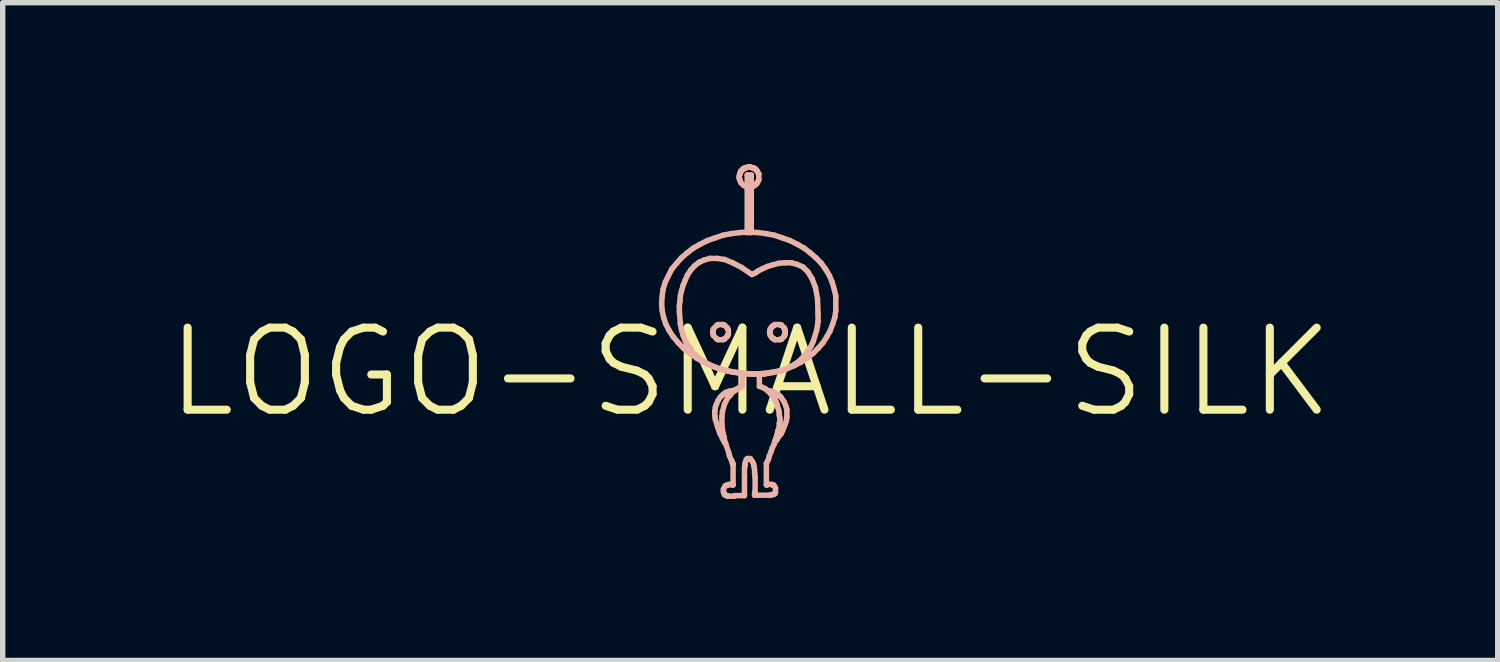
<source format=kicad_pcb>
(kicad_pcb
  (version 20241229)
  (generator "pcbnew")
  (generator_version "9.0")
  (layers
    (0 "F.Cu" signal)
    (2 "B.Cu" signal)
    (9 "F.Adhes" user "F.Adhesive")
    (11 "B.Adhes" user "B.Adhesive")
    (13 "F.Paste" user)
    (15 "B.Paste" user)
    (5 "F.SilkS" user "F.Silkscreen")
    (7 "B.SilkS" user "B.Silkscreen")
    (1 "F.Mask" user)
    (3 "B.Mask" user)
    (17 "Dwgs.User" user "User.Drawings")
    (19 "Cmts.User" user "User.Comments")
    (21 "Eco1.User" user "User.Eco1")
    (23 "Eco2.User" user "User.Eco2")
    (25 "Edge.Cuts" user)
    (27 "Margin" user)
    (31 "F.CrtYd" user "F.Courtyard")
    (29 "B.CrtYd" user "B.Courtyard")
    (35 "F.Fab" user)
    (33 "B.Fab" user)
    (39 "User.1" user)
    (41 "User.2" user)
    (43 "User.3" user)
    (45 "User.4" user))
  (footprint "LOGO-SMALL-SILK"
    (layer "F.Cu")
    (at 10.886 3.863)
    (property "Reference" "LOGO-SMALL-SILK" (at 0 0 0) (layer "F.SilkS") (effects (font (size 1.524 1.524) (thickness 0.15))))
    (attr exclude_from_pos_files exclude_from_bom)
    (fp_line (start -1.646 -1.283) (end -1.636 -1.412) (stroke (width 0.102) (type solid)) (layer "B.SilkS"))
    (fp_line (start -1.636 -1.412) (end -1.618 -1.542) (stroke (width 0.102) (type solid)) (layer "B.SilkS"))
    (fp_line (start -1.636 -1.143) (end -1.646 -1.283) (stroke (width 0.102) (type solid)) (layer "B.SilkS"))
    (fp_line (start -1.618 -1.542) (end -1.577 -1.674) (stroke (width 0.102) (type solid)) (layer "B.SilkS"))
    (fp_line (start -1.608 -1.013) (end -1.636 -1.143) (stroke (width 0.102) (type solid)) (layer "B.SilkS"))
    (fp_line (start -1.577 -1.674) (end -1.458 -1.913) (stroke (width 0.102) (type solid)) (layer "B.SilkS"))
    (fp_line (start -1.567 -0.892) (end -1.608 -1.013) (stroke (width 0.102) (type solid)) (layer "B.SilkS"))
    (fp_line (start -1.506 -0.772) (end -1.567 -0.892) (stroke (width 0.102) (type solid)) (layer "B.SilkS"))
    (fp_line (start -1.458 -1.913) (end -1.367 -2.022) (stroke (width 0.102) (type solid)) (layer "B.SilkS"))
    (fp_line (start -1.427 -0.653) (end -1.506 -0.772) (stroke (width 0.102) (type solid)) (layer "B.SilkS"))
    (fp_line (start -1.367 -2.022) (end -1.278 -2.123) (stroke (width 0.102) (type solid)) (layer "B.SilkS"))
    (fp_line (start -1.336 -0.544) (end -1.427 -0.653) (stroke (width 0.102) (type solid)) (layer "B.SilkS"))
    (fp_line (start -1.316 -1.232) (end -1.306 -1.313) (stroke (width 0.102) (type solid)) (layer "B.SilkS"))
    (fp_line (start -1.316 -1.123) (end -1.316 -1.232) (stroke (width 0.102) (type solid)) (layer "B.SilkS"))
    (fp_line (start -1.306 -1.313) (end -1.298 -1.412) (stroke (width 0.102) (type solid)) (layer "B.SilkS"))
    (fp_line (start -1.298 -1.412) (end -1.278 -1.504) (stroke (width 0.102) (type solid)) (layer "B.SilkS"))
    (fp_line (start -1.298 -0.902) (end -1.316 -1.123) (stroke (width 0.102) (type solid)) (layer "B.SilkS"))
    (fp_line (start -1.278 -2.123) (end -1.176 -2.212) (stroke (width 0.102) (type solid)) (layer "B.SilkS"))
    (fp_line (start -1.278 -1.504) (end -1.247 -1.613) (stroke (width 0.102) (type solid)) (layer "B.SilkS"))
    (fp_line (start -1.278 -0.792) (end -1.298 -0.902) (stroke (width 0.102) (type solid)) (layer "B.SilkS"))
    (fp_line (start -1.247 -1.613) (end -1.206 -1.712) (stroke (width 0.102) (type solid)) (layer "B.SilkS"))
    (fp_line (start -1.247 -0.683) (end -1.278 -0.792) (stroke (width 0.102) (type solid)) (layer "B.SilkS"))
    (fp_line (start -1.237 -0.442) (end -1.336 -0.544) (stroke (width 0.102) (type solid)) (layer "B.SilkS"))
    (fp_line (start -1.206 -1.712) (end -1.166 -1.803) (stroke (width 0.102) (type solid)) (layer "B.SilkS"))
    (fp_line (start -1.206 -0.582) (end -1.247 -0.683) (stroke (width 0.102) (type solid)) (layer "B.SilkS"))
    (fp_line (start -1.176 -2.212) (end -1.057 -2.304) (stroke (width 0.102) (type solid)) (layer "B.SilkS"))
    (fp_line (start -1.166 -1.803) (end -1.107 -1.892) (stroke (width 0.102) (type solid)) (layer "B.SilkS"))
    (fp_line (start -1.128 -0.353) (end -1.237 -0.442) (stroke (width 0.102) (type solid)) (layer "B.SilkS"))
    (fp_line (start -1.107 -1.892) (end -1.036 -1.974) (stroke (width 0.102) (type solid)) (layer "B.SilkS"))
    (fp_line (start -1.087 -0.384) (end -1.206 -0.582) (stroke (width 0.102) (type solid)) (layer "B.SilkS"))
    (fp_line (start -1.057 -2.304) (end -0.937 -2.372) (stroke (width 0.102) (type solid)) (layer "B.SilkS"))
    (fp_line (start -1.036 -1.974) (end -0.947 -2.042) (stroke (width 0.102) (type solid)) (layer "B.SilkS"))
    (fp_line (start -0.996 -0.262) (end -1.128 -0.353) (stroke (width 0.102) (type solid)) (layer "B.SilkS"))
    (fp_line (start -0.947 -2.042) (end -0.856 -2.083) (stroke (width 0.102) (type solid)) (layer "B.SilkS"))
    (fp_line (start -0.937 -2.372) (end -0.798 -2.443) (stroke (width 0.102) (type solid)) (layer "B.SilkS"))
    (fp_line (start -0.907 -0.224) (end -1.087 -0.384) (stroke (width 0.102) (type solid)) (layer "B.SilkS"))
    (fp_line (start -0.866 -0.183) (end -0.996 -0.262) (stroke (width 0.102) (type solid)) (layer "B.SilkS"))
    (fp_line (start -0.856 -2.083) (end -0.747 -2.113) (stroke (width 0.102) (type solid)) (layer "B.SilkS"))
    (fp_line (start -0.798 -2.443) (end -0.658 -2.492) (stroke (width 0.102) (type solid)) (layer "B.SilkS"))
    (fp_line (start -0.787 -0.152) (end -0.907 -0.224) (stroke (width 0.102) (type solid)) (layer "B.SilkS"))
    (fp_line (start -0.747 -2.113) (end -0.617 -2.113) (stroke (width 0.102) (type solid)) (layer "B.SilkS"))
    (fp_line (start -0.726 -0.122) (end -0.866 -0.183) (stroke (width 0.102) (type solid)) (layer "B.SilkS"))
    (fp_line (start -0.696 -0.752) (end -0.686 -0.772) (stroke (width 0.102) (type solid)) (layer "B.SilkS"))
    (fp_line (start -0.696 -0.724) (end -0.696 -0.752) (stroke (width 0.102) (type solid)) (layer "B.SilkS"))
    (fp_line (start -0.686 -0.803) (end -0.617 -0.874) (stroke (width 0.102) (type solid)) (layer "B.SilkS"))
    (fp_line (start -0.686 -0.772) (end -0.686 -0.803) (stroke (width 0.102) (type solid)) (layer "B.SilkS"))
    (fp_line (start -0.686 -0.714) (end -0.696 -0.724) (stroke (width 0.102) (type solid)) (layer "B.SilkS"))
    (fp_line (start -0.686 -0.683) (end -0.686 -0.714) (stroke (width 0.102) (type solid)) (layer "B.SilkS"))
    (fp_line (start -0.658 -2.492) (end -0.508 -2.543) (stroke (width 0.102) (type solid)) (layer "B.SilkS"))
    (fp_line (start -0.658 -0.094) (end -0.787 -0.152) (stroke (width 0.102) (type solid)) (layer "B.SilkS"))
    (fp_line (start -0.658 0.724) (end -0.648 0.655) (stroke (width 0.102) (type solid)) (layer "B.SilkS"))
    (fp_line (start -0.658 0.805) (end -0.658 0.724) (stroke (width 0.102) (type solid)) (layer "B.SilkS"))
    (fp_line (start -0.648 0.655) (end -0.627 0.594) (stroke (width 0.102) (type solid)) (layer "B.SilkS"))
    (fp_line (start -0.648 0.874) (end -0.658 0.805) (stroke (width 0.102) (type solid)) (layer "B.SilkS"))
    (fp_line (start -0.627 0.594) (end -0.597 0.526) (stroke (width 0.102) (type solid)) (layer "B.SilkS"))
    (fp_line (start -0.617 -2.113) (end -0.478 -2.093) (stroke (width 0.102) (type solid)) (layer "B.SilkS"))
    (fp_line (start -0.617 -0.874) (end -0.607 -0.874) (stroke (width 0.102) (type solid)) (layer "B.SilkS"))
    (fp_line (start -0.617 -0.612) (end -0.686 -0.683) (stroke (width 0.102) (type solid)) (layer "B.SilkS"))
    (fp_line (start -0.607 -0.874) (end -0.597 -0.884) (stroke (width 0.102) (type solid)) (layer "B.SilkS"))
    (fp_line (start -0.607 -0.612) (end -0.617 -0.612) (stroke (width 0.102) (type solid)) (layer "B.SilkS"))
    (fp_line (start -0.607 1.016) (end -0.648 0.874) (stroke (width 0.102) (type solid)) (layer "B.SilkS"))
    (fp_line (start -0.597 -0.884) (end -0.508 -0.884) (stroke (width 0.102) (type solid)) (layer "B.SilkS"))
    (fp_line (start -0.597 -0.602) (end -0.607 -0.612) (stroke (width 0.102) (type solid)) (layer "B.SilkS"))
    (fp_line (start -0.597 0.526) (end -0.556 0.465) (stroke (width 0.102) (type solid)) (layer "B.SilkS"))
    (fp_line (start -0.577 -0.064) (end -0.726 -0.122) (stroke (width 0.102) (type solid)) (layer "B.SilkS"))
    (fp_line (start -0.566 1.135) (end -0.607 1.016) (stroke (width 0.102) (type solid)) (layer "B.SilkS"))
    (fp_line (start -0.556 0.465) (end -0.516 0.424) (stroke (width 0.102) (type solid)) (layer "B.SilkS"))
    (fp_line (start -0.536 1.184) (end -0.566 1.135) (stroke (width 0.102) (type solid)) (layer "B.SilkS"))
    (fp_line (start -0.526 0.826) (end -0.516 0.734) (stroke (width 0.102) (type solid)) (layer "B.SilkS"))
    (fp_line (start -0.526 0.986) (end -0.526 0.826) (stroke (width 0.102) (type solid)) (layer "B.SilkS"))
    (fp_line (start -0.516 0.424) (end -0.488 0.404) (stroke (width 0.102) (type solid)) (layer "B.SilkS"))
    (fp_line (start -0.516 0.734) (end -0.478 0.594) (stroke (width 0.102) (type solid)) (layer "B.SilkS"))
    (fp_line (start -0.516 1.234) (end -0.536 1.184) (stroke (width 0.102) (type solid)) (layer "B.SilkS"))
    (fp_line (start -0.508 -2.543) (end -0.356 -2.573) (stroke (width 0.102) (type solid)) (layer "B.SilkS"))
    (fp_line (start -0.508 -0.884) (end -0.498 -0.874) (stroke (width 0.102) (type solid)) (layer "B.SilkS"))
    (fp_line (start -0.508 -0.602) (end -0.597 -0.602) (stroke (width 0.102) (type solid)) (layer "B.SilkS"))
    (fp_line (start -0.508 -0.043) (end -0.658 -0.094) (stroke (width 0.102) (type solid)) (layer "B.SilkS"))
    (fp_line (start -0.508 1.125) (end -0.526 0.986) (stroke (width 0.102) (type solid)) (layer "B.SilkS"))
    (fp_line (start -0.498 -0.874) (end -0.478 -0.874) (stroke (width 0.102) (type solid)) (layer "B.SilkS"))
    (fp_line (start -0.498 -0.612) (end -0.508 -0.602) (stroke (width 0.102) (type solid)) (layer "B.SilkS"))
    (fp_line (start -0.498 2.174) (end -0.467 2.116) (stroke (width 0.102) (type solid)) (layer "B.SilkS"))
    (fp_line (start -0.498 2.225) (end -0.498 2.174) (stroke (width 0.102) (type solid)) (layer "B.SilkS"))
    (fp_line (start -0.488 0.404) (end -0.457 0.376) (stroke (width 0.102) (type solid)) (layer "B.SilkS"))
    (fp_line (start -0.488 1.194) (end -0.508 1.125) (stroke (width 0.102) (type solid)) (layer "B.SilkS"))
    (fp_line (start -0.488 1.275) (end -0.516 1.234) (stroke (width 0.102) (type solid)) (layer "B.SilkS"))
    (fp_line (start -0.488 2.245) (end -0.498 2.225) (stroke (width 0.102) (type solid)) (layer "B.SilkS"))
    (fp_line (start -0.478 -2.093) (end -0.328 -2.032) (stroke (width 0.102) (type solid)) (layer "B.SilkS"))
    (fp_line (start -0.478 -0.874) (end -0.427 -0.823) (stroke (width 0.102) (type solid)) (layer "B.SilkS"))
    (fp_line (start -0.478 -0.612) (end -0.498 -0.612) (stroke (width 0.102) (type solid)) (layer "B.SilkS"))
    (fp_line (start -0.478 0.594) (end -0.417 0.475) (stroke (width 0.102) (type solid)) (layer "B.SilkS"))
    (fp_line (start -0.478 1.265) (end -0.488 1.194) (stroke (width 0.102) (type solid)) (layer "B.SilkS"))
    (fp_line (start -0.478 1.306) (end -0.488 1.275) (stroke (width 0.102) (type solid)) (layer "B.SilkS"))
    (fp_line (start -0.478 2.256) (end -0.488 2.245) (stroke (width 0.102) (type solid)) (layer "B.SilkS"))
    (fp_line (start -0.478 2.276) (end -0.478 2.256) (stroke (width 0.102) (type solid)) (layer "B.SilkS"))
    (fp_line (start -0.467 2.116) (end -0.457 2.106) (stroke (width 0.102) (type solid)) (layer "B.SilkS"))
    (fp_line (start -0.457 0.376) (end -0.437 0.376) (stroke (width 0.102) (type solid)) (layer "B.SilkS"))
    (fp_line (start -0.457 1.326) (end -0.478 1.265) (stroke (width 0.102) (type solid)) (layer "B.SilkS"))
    (fp_line (start -0.457 1.326) (end -0.478 1.306) (stroke (width 0.102) (type solid)) (layer "B.SilkS"))
    (fp_line (start -0.457 2.106) (end -0.437 2.106) (stroke (width 0.102) (type solid)) (layer "B.SilkS"))
    (fp_line (start -0.457 2.286) (end -0.478 2.276) (stroke (width 0.102) (type solid)) (layer "B.SilkS"))
    (fp_line (start -0.447 2.294) (end -0.457 2.286) (stroke (width 0.102) (type solid)) (layer "B.SilkS"))
    (fp_line (start -0.437 0.376) (end -0.396 0.356) (stroke (width 0.102) (type solid)) (layer "B.SilkS"))
    (fp_line (start -0.437 2.106) (end -0.427 2.095) (stroke (width 0.102) (type solid)) (layer "B.SilkS"))
    (fp_line (start -0.427 -0.823) (end -0.427 -0.813) (stroke (width 0.102) (type solid)) (layer "B.SilkS"))
    (fp_line (start -0.427 -0.813) (end -0.417 -0.803) (stroke (width 0.102) (type solid)) (layer "B.SilkS"))
    (fp_line (start -0.427 -0.673) (end -0.427 -0.663) (stroke (width 0.102) (type solid)) (layer "B.SilkS"))
    (fp_line (start -0.427 -0.663) (end -0.478 -0.612) (stroke (width 0.102) (type solid)) (layer "B.SilkS"))
    (fp_line (start -0.427 2.095) (end -0.406 2.095) (stroke (width 0.102) (type solid)) (layer "B.SilkS"))
    (fp_line (start -0.427 2.294) (end -0.447 2.294) (stroke (width 0.102) (type solid)) (layer "B.SilkS"))
    (fp_line (start -0.417 -0.803) (end -0.406 -0.782) (stroke (width 0.102) (type solid)) (layer "B.SilkS"))
    (fp_line (start -0.417 -0.683) (end -0.427 -0.673) (stroke (width 0.102) (type solid)) (layer "B.SilkS"))
    (fp_line (start -0.417 -0.023) (end -0.577 -0.064) (stroke (width 0.102) (type solid)) (layer "B.SilkS"))
    (fp_line (start -0.417 0.475) (end -0.376 0.434) (stroke (width 0.102) (type solid)) (layer "B.SilkS"))
    (fp_line (start -0.417 2.304) (end -0.427 2.294) (stroke (width 0.102) (type solid)) (layer "B.SilkS"))
    (fp_line (start -0.406 -0.782) (end -0.406 -0.704) (stroke (width 0.102) (type solid)) (layer "B.SilkS"))
    (fp_line (start -0.406 -0.704) (end -0.417 -0.683) (stroke (width 0.102) (type solid)) (layer "B.SilkS"))
    (fp_line (start -0.406 2.095) (end -0.386 2.085) (stroke (width 0.102) (type solid)) (layer "B.SilkS"))
    (fp_line (start -0.396 0.356) (end -0.366 0.356) (stroke (width 0.102) (type solid)) (layer "B.SilkS"))
    (fp_line (start -0.396 1.504) (end -0.457 1.326) (stroke (width 0.102) (type solid)) (layer "B.SilkS"))
    (fp_line (start -0.386 1.554) (end -0.396 1.504) (stroke (width 0.102) (type solid)) (layer "B.SilkS"))
    (fp_line (start -0.386 2.085) (end -0.348 2.085) (stroke (width 0.102) (type solid)) (layer "B.SilkS"))
    (fp_line (start -0.376 0.434) (end -0.348 0.394) (stroke (width 0.102) (type solid)) (layer "B.SilkS"))
    (fp_line (start -0.366 0.356) (end -0.348 0.345) (stroke (width 0.102) (type solid)) (layer "B.SilkS"))
    (fp_line (start -0.356 -2.573) (end -0.188 -2.593) (stroke (width 0.102) (type solid)) (layer "B.SilkS"))
    (fp_line (start -0.348 0.345) (end -0.318 0.345) (stroke (width 0.102) (type solid)) (layer "B.SilkS"))
    (fp_line (start -0.348 0.394) (end -0.307 0.356) (stroke (width 0.102) (type solid)) (layer "B.SilkS"))
    (fp_line (start -0.348 1.636) (end -0.386 1.554) (stroke (width 0.102) (type solid)) (layer "B.SilkS"))
    (fp_line (start -0.348 2.085) (end -0.338 2.095) (stroke (width 0.102) (type solid)) (layer "B.SilkS"))
    (fp_line (start -0.338 -0.003) (end -0.508 -0.043) (stroke (width 0.102) (type solid)) (layer "B.SilkS"))
    (fp_line (start -0.338 1.664) (end -0.348 1.636) (stroke (width 0.102) (type solid)) (layer "B.SilkS"))
    (fp_line (start -0.338 2.095) (end -0.318 2.095) (stroke (width 0.102) (type solid)) (layer "B.SilkS"))
    (fp_line (start -0.328 -2.032) (end -0.157 -1.943) (stroke (width 0.102) (type solid)) (layer "B.SilkS"))
    (fp_line (start -0.328 1.684) (end -0.338 1.664) (stroke (width 0.102) (type solid)) (layer "B.SilkS"))
    (fp_line (start -0.328 1.704) (end -0.328 1.684) (stroke (width 0.102) (type solid)) (layer "B.SilkS"))
    (fp_line (start -0.318 0.345) (end -0.297 0.335) (stroke (width 0.102) (type solid)) (layer "B.SilkS"))
    (fp_line (start -0.318 1.704) (end -0.328 1.704) (stroke (width 0.102) (type solid)) (layer "B.SilkS"))
    (fp_line (start -0.318 2.095) (end -0.318 1.704) (stroke (width 0.102) (type solid)) (layer "B.SilkS"))
    (fp_line (start -0.307 0.356) (end -0.277 0.335) (stroke (width 0.102) (type solid)) (layer "B.SilkS"))
    (fp_line (start -0.307 2.304) (end -0.417 2.304) (stroke (width 0.102) (type solid)) (layer "B.SilkS"))
    (fp_line (start -0.297 0.335) (end -0.287 0.335) (stroke (width 0.102) (type solid)) (layer "B.SilkS"))
    (fp_line (start -0.287 0.335) (end -0.267 0.325) (stroke (width 0.102) (type solid)) (layer "B.SilkS"))
    (fp_line (start -0.287 2.294) (end -0.307 2.304) (stroke (width 0.102) (type solid)) (layer "B.SilkS"))
    (fp_line (start -0.277 0.335) (end -0.236 0.305) (stroke (width 0.102) (type solid)) (layer "B.SilkS"))
    (fp_line (start -0.257 0.005) (end -0.417 -0.023) (stroke (width 0.102) (type solid)) (layer "B.SilkS"))
    (fp_line (start -0.236 0.305) (end -0.206 0.295) (stroke (width 0.102) (type solid)) (layer "B.SilkS"))
    (fp_line (start -0.206 -3.642) (end -0.196 -3.663) (stroke (width 0.102) (type solid)) (layer "B.SilkS"))
    (fp_line (start -0.206 -3.602) (end -0.206 -3.642) (stroke (width 0.102) (type solid)) (layer "B.SilkS"))
    (fp_line (start -0.206 0.295) (end -0.188 0.274) (stroke (width 0.102) (type solid)) (layer "B.SilkS"))
    (fp_line (start -0.196 -3.683) (end -0.188 -3.693) (stroke (width 0.102) (type solid)) (layer "B.SilkS"))
    (fp_line (start -0.196 -3.663) (end -0.196 -3.683) (stroke (width 0.102) (type solid)) (layer "B.SilkS"))
    (fp_line (start -0.196 -3.592) (end -0.206 -3.602) (stroke (width 0.102) (type solid)) (layer "B.SilkS"))
    (fp_line (start -0.196 -3.574) (end -0.196 -3.592) (stroke (width 0.102) (type solid)) (layer "B.SilkS"))
    (fp_line (start -0.188 -3.693) (end -0.178 -3.713) (stroke (width 0.102) (type solid)) (layer "B.SilkS"))
    (fp_line (start -0.188 -2.593) (end -0.028 -2.603) (stroke (width 0.102) (type solid)) (layer "B.SilkS"))
    (fp_line (start -0.188 0.274) (end -0.168 0.264) (stroke (width 0.102) (type solid)) (layer "B.SilkS"))
    (fp_line (start -0.178 -3.734) (end -0.157 -3.744) (stroke (width 0.102) (type solid)) (layer "B.SilkS"))
    (fp_line (start -0.178 -3.713) (end -0.178 -3.734) (stroke (width 0.102) (type solid)) (layer "B.SilkS"))
    (fp_line (start -0.178 -3.533) (end -0.196 -3.574) (stroke (width 0.102) (type solid)) (layer "B.SilkS"))
    (fp_line (start -0.178 -3.523) (end -0.178 -3.533) (stroke (width 0.102) (type solid)) (layer "B.SilkS"))
    (fp_line (start -0.168 0.264) (end -0.147 0.264) (stroke (width 0.102) (type solid)) (layer "B.SilkS"))
    (fp_line (start -0.157 -3.744) (end -0.147 -3.752) (stroke (width 0.102) (type solid)) (layer "B.SilkS"))
    (fp_line (start -0.157 -1.943) (end 0.03 -1.814) (stroke (width 0.102) (type solid)) (layer "B.SilkS"))
    (fp_line (start -0.147 -3.752) (end -0.137 -3.772) (stroke (width 0.102) (type solid)) (layer "B.SilkS"))
    (fp_line (start -0.147 0.025) (end -0.338 -0.003) (stroke (width 0.102) (type solid)) (layer "B.SilkS"))
    (fp_line (start -0.147 0.025) (end 0.17 0.036) (stroke (width 0.102) (type solid)) (layer "B.SilkS"))
    (fp_line (start -0.147 0.264) (end -0.147 0.025) (stroke (width 0.102) (type solid)) (layer "B.SilkS"))
    (fp_line (start -0.137 -3.772) (end -0.127 -3.782) (stroke (width 0.102) (type solid)) (layer "B.SilkS"))
    (fp_line (start -0.127 -3.782) (end -0.107 -3.792) (stroke (width 0.102) (type solid)) (layer "B.SilkS"))
    (fp_line (start -0.127 -3.472) (end -0.178 -3.523) (stroke (width 0.102) (type solid)) (layer "B.SilkS"))
    (fp_line (start -0.107 -3.792) (end -0.086 -3.792) (stroke (width 0.102) (type solid)) (layer "B.SilkS"))
    (fp_line (start -0.107 1.775) (end -0.107 2.294) (stroke (width 0.102) (type solid)) (layer "B.SilkS"))
    (fp_line (start -0.107 2.294) (end -0.287 2.294) (stroke (width 0.102) (type solid)) (layer "B.SilkS"))
    (fp_line (start -0.097 0.025) (end -0.257 0.005) (stroke (width 0.102) (type solid)) (layer "B.SilkS"))
    (fp_line (start -0.097 1.694) (end -0.097 1.735) (stroke (width 0.102) (type solid)) (layer "B.SilkS"))
    (fp_line (start -0.097 1.735) (end -0.107 1.775) (stroke (width 0.102) (type solid)) (layer "B.SilkS"))
    (fp_line (start -0.086 -3.792) (end -0.076 -3.802) (stroke (width 0.102) (type solid)) (layer "B.SilkS"))
    (fp_line (start -0.086 -3.452) (end -0.127 -3.472) (stroke (width 0.102) (type solid)) (layer "B.SilkS"))
    (fp_line (start -0.076 -3.802) (end -0.056 -3.802) (stroke (width 0.102) (type solid)) (layer "B.SilkS"))
    (fp_line (start -0.076 -3.452) (end -0.086 -3.452) (stroke (width 0.102) (type solid)) (layer "B.SilkS"))
    (fp_line (start -0.076 1.636) (end -0.097 1.694) (stroke (width 0.102) (type solid)) (layer "B.SilkS"))
    (fp_line (start -0.066 1.615) (end -0.076 1.636) (stroke (width 0.102) (type solid)) (layer "B.SilkS"))
    (fp_line (start -0.056 -3.802) (end -0.036 -3.813) (stroke (width 0.102) (type solid)) (layer "B.SilkS"))
    (fp_line (start -0.056 -3.663) (end 0.02 -3.663) (stroke (width 0.102) (type solid)) (layer "B.SilkS"))
    (fp_line (start -0.056 -3.442) (end -0.076 -3.452) (stroke (width 0.102) (type solid)) (layer "B.SilkS"))
    (fp_line (start -0.056 -2.593) (end -0.056 -3.663) (stroke (width 0.102) (type solid)) (layer "B.SilkS"))
    (fp_line (start -0.046 1.605) (end -0.066 1.615) (stroke (width 0.102) (type solid)) (layer "B.SilkS"))
    (fp_line (start -0.036 -3.813) (end 0 -3.813) (stroke (width 0.102) (type solid)) (layer "B.SilkS"))
    (fp_line (start -0.028 -2.603) (end 0.14 -2.593) (stroke (width 0.102) (type solid)) (layer "B.SilkS"))
    (fp_line (start 0 -3.813) (end 0.02 -3.802) (stroke (width 0.102) (type solid)) (layer "B.SilkS"))
    (fp_line (start 0 1.605) (end -0.046 1.605) (stroke (width 0.102) (type solid)) (layer "B.SilkS"))
    (fp_line (start 0.02 -3.802) (end 0.03 -3.802) (stroke (width 0.102) (type solid)) (layer "B.SilkS"))
    (fp_line (start 0.02 -3.663) (end 0.02 -2.593) (stroke (width 0.102) (type solid)) (layer "B.SilkS"))
    (fp_line (start 0.02 -3.442) (end -0.056 -3.442) (stroke (width 0.102) (type solid)) (layer "B.SilkS"))
    (fp_line (start 0.02 -2.593) (end -0.056 -2.593) (stroke (width 0.102) (type solid)) (layer "B.SilkS"))
    (fp_line (start 0.03 -3.802) (end 0.051 -3.792) (stroke (width 0.102) (type solid)) (layer "B.SilkS"))
    (fp_line (start 0.03 -3.452) (end 0.02 -3.442) (stroke (width 0.102) (type solid)) (layer "B.SilkS"))
    (fp_line (start 0.03 -1.814) (end 0.091 -1.841) (stroke (width 0.102) (type solid)) (layer "B.SilkS"))
    (fp_line (start 0.041 1.664) (end 0 1.605) (stroke (width 0.102) (type solid)) (layer "B.SilkS"))
    (fp_line (start 0.051 -3.792) (end 0.071 -3.792) (stroke (width 0.102) (type solid)) (layer "B.SilkS"))
    (fp_line (start 0.051 -3.452) (end 0.03 -3.452) (stroke (width 0.102) (type solid)) (layer "B.SilkS"))
    (fp_line (start 0.061 1.704) (end 0.041 1.664) (stroke (width 0.102) (type solid)) (layer "B.SilkS"))
    (fp_line (start 0.071 -3.792) (end 0.081 -3.782) (stroke (width 0.102) (type solid)) (layer "B.SilkS"))
    (fp_line (start 0.071 -3.462) (end 0.051 -3.452) (stroke (width 0.102) (type solid)) (layer "B.SilkS"))
    (fp_line (start 0.071 0.036) (end -0.147 0.025) (stroke (width 0.102) (type solid)) (layer "B.SilkS"))
    (fp_line (start 0.071 0.036) (end -0.097 0.025) (stroke (width 0.102) (type solid)) (layer "B.SilkS"))
    (fp_line (start 0.071 1.755) (end 0.061 1.704) (stroke (width 0.102) (type solid)) (layer "B.SilkS"))
    (fp_line (start 0.081 -3.782) (end 0.102 -3.772) (stroke (width 0.102) (type solid)) (layer "B.SilkS"))
    (fp_line (start 0.081 -3.472) (end 0.071 -3.462) (stroke (width 0.102) (type solid)) (layer "B.SilkS"))
    (fp_line (start 0.081 1.814) (end 0.071 1.755) (stroke (width 0.102) (type solid)) (layer "B.SilkS"))
    (fp_line (start 0.081 1.875) (end 0.081 1.814) (stroke (width 0.102) (type solid)) (layer "B.SilkS"))
    (fp_line (start 0.081 2.256) (end 0.091 2.215) (stroke (width 0.102) (type solid)) (layer "B.SilkS"))
    (fp_line (start 0.081 2.286) (end 0.081 2.256) (stroke (width 0.102) (type solid)) (layer "B.SilkS"))
    (fp_line (start 0.091 -1.841) (end 0.15 -1.882) (stroke (width 0.102) (type solid)) (layer "B.SilkS"))
    (fp_line (start 0.091 1.946) (end 0.081 1.875) (stroke (width 0.102) (type solid)) (layer "B.SilkS"))
    (fp_line (start 0.091 2.215) (end 0.091 1.946) (stroke (width 0.102) (type solid)) (layer "B.SilkS"))
    (fp_line (start 0.102 -3.772) (end 0.112 -3.752) (stroke (width 0.102) (type solid)) (layer "B.SilkS"))
    (fp_line (start 0.102 -3.482) (end 0.081 -3.472) (stroke (width 0.102) (type solid)) (layer "B.SilkS"))
    (fp_line (start 0.112 -3.752) (end 0.13 -3.734) (stroke (width 0.102) (type solid)) (layer "B.SilkS"))
    (fp_line (start 0.122 -3.503) (end 0.102 -3.482) (stroke (width 0.102) (type solid)) (layer "B.SilkS"))
    (fp_line (start 0.13 -3.734) (end 0.15 -3.693) (stroke (width 0.102) (type solid)) (layer "B.SilkS"))
    (fp_line (start 0.13 -3.523) (end 0.122 -3.503) (stroke (width 0.102) (type solid)) (layer "B.SilkS"))
    (fp_line (start 0.14 -3.533) (end 0.13 -3.523) (stroke (width 0.102) (type solid)) (layer "B.SilkS"))
    (fp_line (start 0.14 -2.593) (end 0.3 -2.573) (stroke (width 0.102) (type solid)) (layer "B.SilkS"))
    (fp_line (start 0.15 -3.693) (end 0.16 -3.683) (stroke (width 0.102) (type solid)) (layer "B.SilkS"))
    (fp_line (start 0.15 -1.882) (end 0.231 -1.923) (stroke (width 0.102) (type solid)) (layer "B.SilkS"))
    (fp_line (start 0.16 -3.683) (end 0.16 -3.574) (stroke (width 0.102) (type solid)) (layer "B.SilkS"))
    (fp_line (start 0.16 -3.574) (end 0.14 -3.533) (stroke (width 0.102) (type solid)) (layer "B.SilkS"))
    (fp_line (start 0.17 0.036) (end 0.17 0.264) (stroke (width 0.102) (type solid)) (layer "B.SilkS"))
    (fp_line (start 0.17 0.264) (end 0.231 0.284) (stroke (width 0.102) (type solid)) (layer "B.SilkS"))
    (fp_line (start 0.231 -1.923) (end 0.32 -1.963) (stroke (width 0.102) (type solid)) (layer "B.SilkS"))
    (fp_line (start 0.231 0.025) (end 0.071 0.036) (stroke (width 0.102) (type solid)) (layer "B.SilkS"))
    (fp_line (start 0.231 0.284) (end 0.29 0.315) (stroke (width 0.102) (type solid)) (layer "B.SilkS"))
    (fp_line (start 0.262 0.036) (end 0.071 0.036) (stroke (width 0.102) (type solid)) (layer "B.SilkS"))
    (fp_line (start 0.29 0.315) (end 0.34 0.356) (stroke (width 0.102) (type solid)) (layer "B.SilkS"))
    (fp_line (start 0.3 -2.573) (end 0.45 -2.543) (stroke (width 0.102) (type solid)) (layer "B.SilkS"))
    (fp_line (start 0.3 1.694) (end 0.3 2.095) (stroke (width 0.102) (type solid)) (layer "B.SilkS"))
    (fp_line (start 0.3 2.095) (end 0.31 2.095) (stroke (width 0.102) (type solid)) (layer "B.SilkS"))
    (fp_line (start 0.31 2.095) (end 0.32 2.085) (stroke (width 0.102) (type solid)) (layer "B.SilkS"))
    (fp_line (start 0.32 -1.963) (end 0.422 -1.994) (stroke (width 0.102) (type solid)) (layer "B.SilkS"))
    (fp_line (start 0.32 2.085) (end 0.391 2.085) (stroke (width 0.102) (type solid)) (layer "B.SilkS"))
    (fp_line (start 0.34 0.345) (end 0.32 0.345) (stroke (width 0.102) (type solid)) (layer "B.SilkS"))
    (fp_line (start 0.34 0.356) (end 0.381 0.404) (stroke (width 0.102) (type solid)) (layer "B.SilkS"))
    (fp_line (start 0.34 1.615) (end 0.3 1.694) (stroke (width 0.102) (type solid)) (layer "B.SilkS"))
    (fp_line (start 0.351 0.356) (end 0.34 0.345) (stroke (width 0.102) (type solid)) (layer "B.SilkS"))
    (fp_line (start 0.351 1.565) (end 0.34 1.615) (stroke (width 0.102) (type solid)) (layer "B.SilkS"))
    (fp_line (start 0.361 -0.752) (end 0.371 -0.772) (stroke (width 0.102) (type solid)) (layer "B.SilkS"))
    (fp_line (start 0.361 -0.724) (end 0.361 -0.752) (stroke (width 0.102) (type solid)) (layer "B.SilkS"))
    (fp_line (start 0.371 -0.803) (end 0.401 -0.833) (stroke (width 0.102) (type solid)) (layer "B.SilkS"))
    (fp_line (start 0.371 -0.772) (end 0.371 -0.803) (stroke (width 0.102) (type solid)) (layer "B.SilkS"))
    (fp_line (start 0.371 -0.714) (end 0.361 -0.724) (stroke (width 0.102) (type solid)) (layer "B.SilkS"))
    (fp_line (start 0.371 -0.683) (end 0.371 -0.714) (stroke (width 0.102) (type solid)) (layer "B.SilkS"))
    (fp_line (start 0.371 2.286) (end 0.081 2.286) (stroke (width 0.102) (type solid)) (layer "B.SilkS"))
    (fp_line (start 0.381 0.404) (end 0.422 0.445) (stroke (width 0.102) (type solid)) (layer "B.SilkS"))
    (fp_line (start 0.391 0.005) (end 0.231 0.025) (stroke (width 0.102) (type solid)) (layer "B.SilkS"))
    (fp_line (start 0.391 0.356) (end 0.351 0.356) (stroke (width 0.102) (type solid)) (layer "B.SilkS"))
    (fp_line (start 0.391 1.466) (end 0.351 1.565) (stroke (width 0.102) (type solid)) (layer "B.SilkS"))
    (fp_line (start 0.391 2.085) (end 0.411 2.095) (stroke (width 0.102) (type solid)) (layer "B.SilkS"))
    (fp_line (start 0.391 2.276) (end 0.371 2.286) (stroke (width 0.102) (type solid)) (layer "B.SilkS"))
    (fp_line (start 0.401 -0.843) (end 0.411 -0.853) (stroke (width 0.102) (type solid)) (layer "B.SilkS"))
    (fp_line (start 0.401 -0.833) (end 0.401 -0.843) (stroke (width 0.102) (type solid)) (layer "B.SilkS"))
    (fp_line (start 0.401 -0.653) (end 0.371 -0.683) (stroke (width 0.102) (type solid)) (layer "B.SilkS"))
    (fp_line (start 0.401 -0.643) (end 0.401 -0.653) (stroke (width 0.102) (type solid)) (layer "B.SilkS"))
    (fp_line (start 0.401 0.366) (end 0.391 0.356) (stroke (width 0.102) (type solid)) (layer "B.SilkS"))
    (fp_line (start 0.411 -0.853) (end 0.432 -0.864) (stroke (width 0.102) (type solid)) (layer "B.SilkS"))
    (fp_line (start 0.411 -0.632) (end 0.401 -0.643) (stroke (width 0.102) (type solid)) (layer "B.SilkS"))
    (fp_line (start 0.411 1.405) (end 0.391 1.466) (stroke (width 0.102) (type solid)) (layer "B.SilkS"))
    (fp_line (start 0.411 2.095) (end 0.432 2.095) (stroke (width 0.102) (type solid)) (layer "B.SilkS"))
    (fp_line (start 0.422 -1.994) (end 0.531 -2.022) (stroke (width 0.102) (type solid)) (layer "B.SilkS"))
    (fp_line (start 0.422 0.366) (end 0.401 0.366) (stroke (width 0.102) (type solid)) (layer "B.SilkS"))
    (fp_line (start 0.422 0.445) (end 0.45 0.495) (stroke (width 0.102) (type solid)) (layer "B.SilkS"))
    (fp_line (start 0.422 2.276) (end 0.391 2.276) (stroke (width 0.102) (type solid)) (layer "B.SilkS"))
    (fp_line (start 0.432 -0.864) (end 0.442 -0.874) (stroke (width 0.102) (type solid)) (layer "B.SilkS"))
    (fp_line (start 0.432 -0.622) (end 0.411 -0.632) (stroke (width 0.102) (type solid)) (layer "B.SilkS"))
    (fp_line (start 0.432 0.005) (end 0.262 0.036) (stroke (width 0.102) (type solid)) (layer "B.SilkS"))
    (fp_line (start 0.432 0.376) (end 0.422 0.366) (stroke (width 0.102) (type solid)) (layer "B.SilkS"))
    (fp_line (start 0.432 2.095) (end 0.45 2.116) (stroke (width 0.102) (type solid)) (layer "B.SilkS"))
    (fp_line (start 0.432 2.266) (end 0.422 2.276) (stroke (width 0.102) (type solid)) (layer "B.SilkS"))
    (fp_line (start 0.442 -0.874) (end 0.45 -0.874) (stroke (width 0.102) (type solid)) (layer "B.SilkS"))
    (fp_line (start 0.442 -0.612) (end 0.432 -0.622) (stroke (width 0.102) (type solid)) (layer "B.SilkS"))
    (fp_line (start 0.442 1.344) (end 0.411 1.405) (stroke (width 0.102) (type solid)) (layer "B.SilkS"))
    (fp_line (start 0.442 2.266) (end 0.432 2.266) (stroke (width 0.102) (type solid)) (layer "B.SilkS"))
    (fp_line (start 0.45 -2.543) (end 0.602 -2.492) (stroke (width 0.102) (type solid)) (layer "B.SilkS"))
    (fp_line (start 0.45 -0.874) (end 0.46 -0.884) (stroke (width 0.102) (type solid)) (layer "B.SilkS"))
    (fp_line (start 0.45 -0.612) (end 0.442 -0.612) (stroke (width 0.102) (type solid)) (layer "B.SilkS"))
    (fp_line (start 0.45 0.376) (end 0.432 0.376) (stroke (width 0.102) (type solid)) (layer "B.SilkS"))
    (fp_line (start 0.45 0.495) (end 0.48 0.554) (stroke (width 0.102) (type solid)) (layer "B.SilkS"))
    (fp_line (start 0.45 1.306) (end 0.49 1.265) (stroke (width 0.102) (type solid)) (layer "B.SilkS"))
    (fp_line (start 0.45 2.116) (end 0.47 2.154) (stroke (width 0.102) (type solid)) (layer "B.SilkS"))
    (fp_line (start 0.45 2.256) (end 0.442 2.266) (stroke (width 0.102) (type solid)) (layer "B.SilkS"))
    (fp_line (start 0.46 -0.884) (end 0.551 -0.884) (stroke (width 0.102) (type solid)) (layer "B.SilkS"))
    (fp_line (start 0.46 -0.602) (end 0.45 -0.612) (stroke (width 0.102) (type solid)) (layer "B.SilkS"))
    (fp_line (start 0.46 0.384) (end 0.45 0.376) (stroke (width 0.102) (type solid)) (layer "B.SilkS"))
    (fp_line (start 0.46 1.275) (end 0.442 1.344) (stroke (width 0.102) (type solid)) (layer "B.SilkS"))
    (fp_line (start 0.46 2.245) (end 0.46 2.256) (stroke (width 0.102) (type solid)) (layer "B.SilkS"))
    (fp_line (start 0.46 2.256) (end 0.45 2.256) (stroke (width 0.102) (type solid)) (layer "B.SilkS"))
    (fp_line (start 0.47 2.154) (end 0.47 2.235) (stroke (width 0.102) (type solid)) (layer "B.SilkS"))
    (fp_line (start 0.47 2.235) (end 0.46 2.245) (stroke (width 0.102) (type solid)) (layer "B.SilkS"))
    (fp_line (start 0.48 0.394) (end 0.46 0.384) (stroke (width 0.102) (type solid)) (layer "B.SilkS"))
    (fp_line (start 0.48 0.554) (end 0.5 0.605) (stroke (width 0.102) (type solid)) (layer "B.SilkS"))
    (fp_line (start 0.49 0.404) (end 0.48 0.394) (stroke (width 0.102) (type solid)) (layer "B.SilkS"))
    (fp_line (start 0.49 1.265) (end 0.511 1.224) (stroke (width 0.102) (type solid)) (layer "B.SilkS"))
    (fp_line (start 0.5 0.605) (end 0.511 0.655) (stroke (width 0.102) (type solid)) (layer "B.SilkS"))
    (fp_line (start 0.5 1.156) (end 0.46 1.275) (stroke (width 0.102) (type solid)) (layer "B.SilkS"))
    (fp_line (start 0.511 0.655) (end 0.531 0.714) (stroke (width 0.102) (type solid)) (layer "B.SilkS"))
    (fp_line (start 0.511 1.095) (end 0.5 1.156) (stroke (width 0.102) (type solid)) (layer "B.SilkS"))
    (fp_line (start 0.511 1.224) (end 0.572 1.146) (stroke (width 0.102) (type solid)) (layer "B.SilkS"))
    (fp_line (start 0.531 -2.022) (end 0.65 -2.032) (stroke (width 0.102) (type solid)) (layer "B.SilkS"))
    (fp_line (start 0.531 0.424) (end 0.49 0.404) (stroke (width 0.102) (type solid)) (layer "B.SilkS"))
    (fp_line (start 0.531 0.714) (end 0.541 0.765) (stroke (width 0.102) (type solid)) (layer "B.SilkS"))
    (fp_line (start 0.531 1.044) (end 0.511 1.095) (stroke (width 0.102) (type solid)) (layer "B.SilkS"))
    (fp_line (start 0.541 -0.023) (end 0.391 0.005) (stroke (width 0.102) (type solid)) (layer "B.SilkS"))
    (fp_line (start 0.541 0.765) (end 0.541 0.805) (stroke (width 0.102) (type solid)) (layer "B.SilkS"))
    (fp_line (start 0.541 0.805) (end 0.551 0.856) (stroke (width 0.102) (type solid)) (layer "B.SilkS"))
    (fp_line (start 0.541 0.945) (end 0.541 0.996) (stroke (width 0.102) (type solid)) (layer "B.SilkS"))
    (fp_line (start 0.541 0.996) (end 0.531 1.044) (stroke (width 0.102) (type solid)) (layer "B.SilkS"))
    (fp_line (start 0.551 -0.884) (end 0.561 -0.874) (stroke (width 0.102) (type solid)) (layer "B.SilkS"))
    (fp_line (start 0.551 -0.602) (end 0.46 -0.602) (stroke (width 0.102) (type solid)) (layer "B.SilkS"))
    (fp_line (start 0.551 0.856) (end 0.551 0.925) (stroke (width 0.102) (type solid)) (layer "B.SilkS"))
    (fp_line (start 0.551 0.925) (end 0.541 0.945) (stroke (width 0.102) (type solid)) (layer "B.SilkS"))
    (fp_line (start 0.561 -0.874) (end 0.582 -0.874) (stroke (width 0.102) (type solid)) (layer "B.SilkS"))
    (fp_line (start 0.561 -0.612) (end 0.551 -0.602) (stroke (width 0.102) (type solid)) (layer "B.SilkS"))
    (fp_line (start 0.572 0.465) (end 0.531 0.424) (stroke (width 0.102) (type solid)) (layer "B.SilkS"))
    (fp_line (start 0.572 1.146) (end 0.602 1.085) (stroke (width 0.102) (type solid)) (layer "B.SilkS"))
    (fp_line (start 0.582 -0.874) (end 0.63 -0.823) (stroke (width 0.102) (type solid)) (layer "B.SilkS"))
    (fp_line (start 0.582 -0.612) (end 0.561 -0.612) (stroke (width 0.102) (type solid)) (layer "B.SilkS"))
    (fp_line (start 0.582 -0.023) (end 0.432 0.005) (stroke (width 0.102) (type solid)) (layer "B.SilkS"))
    (fp_line (start 0.602 -2.492) (end 0.742 -2.443) (stroke (width 0.102) (type solid)) (layer "B.SilkS"))
    (fp_line (start 0.602 1.085) (end 0.62 1.034) (stroke (width 0.102) (type solid)) (layer "B.SilkS"))
    (fp_line (start 0.62 1.034) (end 0.65 0.965) (stroke (width 0.102) (type solid)) (layer "B.SilkS"))
    (fp_line (start 0.63 -0.823) (end 0.63 -0.813) (stroke (width 0.102) (type solid)) (layer "B.SilkS"))
    (fp_line (start 0.63 -0.813) (end 0.64 -0.803) (stroke (width 0.102) (type solid)) (layer "B.SilkS"))
    (fp_line (start 0.63 -0.673) (end 0.63 -0.663) (stroke (width 0.102) (type solid)) (layer "B.SilkS"))
    (fp_line (start 0.63 -0.663) (end 0.582 -0.612) (stroke (width 0.102) (type solid)) (layer "B.SilkS"))
    (fp_line (start 0.63 0.554) (end 0.572 0.465) (stroke (width 0.102) (type solid)) (layer "B.SilkS"))
    (fp_line (start 0.64 -0.803) (end 0.64 -0.782) (stroke (width 0.102) (type solid)) (layer "B.SilkS"))
    (fp_line (start 0.64 -0.782) (end 0.65 -0.772) (stroke (width 0.102) (type solid)) (layer "B.SilkS"))
    (fp_line (start 0.64 -0.704) (end 0.64 -0.683) (stroke (width 0.102) (type solid)) (layer "B.SilkS"))
    (fp_line (start 0.64 -0.683) (end 0.63 -0.673) (stroke (width 0.102) (type solid)) (layer "B.SilkS"))
    (fp_line (start 0.65 -2.032) (end 0.762 -2.032) (stroke (width 0.102) (type solid)) (layer "B.SilkS"))
    (fp_line (start 0.65 -0.772) (end 0.65 -0.714) (stroke (width 0.102) (type solid)) (layer "B.SilkS"))
    (fp_line (start 0.65 -0.714) (end 0.64 -0.704) (stroke (width 0.102) (type solid)) (layer "B.SilkS"))
    (fp_line (start 0.65 0.965) (end 0.671 0.904) (stroke (width 0.102) (type solid)) (layer "B.SilkS"))
    (fp_line (start 0.66 0.625) (end 0.63 0.554) (stroke (width 0.102) (type solid)) (layer "B.SilkS"))
    (fp_line (start 0.671 0.904) (end 0.681 0.836) (stroke (width 0.102) (type solid)) (layer "B.SilkS"))
    (fp_line (start 0.681 -0.064) (end 0.541 -0.023) (stroke (width 0.102) (type solid)) (layer "B.SilkS"))
    (fp_line (start 0.681 0.696) (end 0.66 0.625) (stroke (width 0.102) (type solid)) (layer "B.SilkS"))
    (fp_line (start 0.681 0.836) (end 0.681 0.696) (stroke (width 0.102) (type solid)) (layer "B.SilkS"))
    (fp_line (start 0.711 -0.084) (end 0.582 -0.023) (stroke (width 0.102) (type solid)) (layer "B.SilkS"))
    (fp_line (start 0.742 -2.443) (end 0.881 -2.372) (stroke (width 0.102) (type solid)) (layer "B.SilkS"))
    (fp_line (start 0.762 -2.032) (end 0.871 -2.002) (stroke (width 0.102) (type solid)) (layer "B.SilkS"))
    (fp_line (start 0.82 -0.142) (end 0.711 -0.084) (stroke (width 0.102) (type solid)) (layer "B.SilkS"))
    (fp_line (start 0.82 -0.122) (end 0.681 -0.064) (stroke (width 0.102) (type solid)) (layer "B.SilkS"))
    (fp_line (start 0.871 -2.002) (end 0.98 -1.953) (stroke (width 0.102) (type solid)) (layer "B.SilkS"))
    (fp_line (start 0.881 -2.372) (end 1.001 -2.304) (stroke (width 0.102) (type solid)) (layer "B.SilkS"))
    (fp_line (start 0.919 -0.213) (end 0.82 -0.142) (stroke (width 0.102) (type solid)) (layer "B.SilkS"))
    (fp_line (start 0.94 -0.183) (end 0.82 -0.122) (stroke (width 0.102) (type solid)) (layer "B.SilkS"))
    (fp_line (start 0.98 -1.953) (end 1.072 -1.862) (stroke (width 0.102) (type solid)) (layer "B.SilkS"))
    (fp_line (start 1.001 -2.304) (end 1.12 -2.212) (stroke (width 0.102) (type solid)) (layer "B.SilkS"))
    (fp_line (start 1.001 -0.302) (end 0.919 -0.213) (stroke (width 0.102) (type solid)) (layer "B.SilkS"))
    (fp_line (start 1.062 -0.262) (end 0.94 -0.183) (stroke (width 0.102) (type solid)) (layer "B.SilkS"))
    (fp_line (start 1.072 -1.862) (end 1.151 -1.732) (stroke (width 0.102) (type solid)) (layer "B.SilkS"))
    (fp_line (start 1.072 -0.394) (end 1.001 -0.302) (stroke (width 0.102) (type solid)) (layer "B.SilkS"))
    (fp_line (start 1.12 -2.212) (end 1.222 -2.123) (stroke (width 0.102) (type solid)) (layer "B.SilkS"))
    (fp_line (start 1.13 -0.483) (end 1.072 -0.394) (stroke (width 0.102) (type solid)) (layer "B.SilkS"))
    (fp_line (start 1.151 -1.732) (end 1.212 -1.572) (stroke (width 0.102) (type solid)) (layer "B.SilkS"))
    (fp_line (start 1.171 -0.572) (end 1.13 -0.483) (stroke (width 0.102) (type solid)) (layer "B.SilkS"))
    (fp_line (start 1.171 -0.353) (end 1.062 -0.262) (stroke (width 0.102) (type solid)) (layer "B.SilkS"))
    (fp_line (start 1.212 -1.572) (end 1.25 -1.364) (stroke (width 0.102) (type solid)) (layer "B.SilkS"))
    (fp_line (start 1.222 -2.123) (end 1.321 -2.022) (stroke (width 0.102) (type solid)) (layer "B.SilkS"))
    (fp_line (start 1.232 -0.772) (end 1.171 -0.572) (stroke (width 0.102) (type solid)) (layer "B.SilkS"))
    (fp_line (start 1.25 -1.364) (end 1.26 -1.092) (stroke (width 0.102) (type solid)) (layer "B.SilkS"))
    (fp_line (start 1.25 -0.864) (end 1.232 -0.772) (stroke (width 0.102) (type solid)) (layer "B.SilkS"))
    (fp_line (start 1.26 -1.092) (end 1.26 -0.942) (stroke (width 0.102) (type solid)) (layer "B.SilkS"))
    (fp_line (start 1.26 -0.942) (end 1.25 -0.864) (stroke (width 0.102) (type solid)) (layer "B.SilkS"))
    (fp_line (start 1.26 -0.442) (end 1.171 -0.353) (stroke (width 0.102) (type solid)) (layer "B.SilkS"))
    (fp_line (start 1.321 -2.022) (end 1.4 -1.913) (stroke (width 0.102) (type solid)) (layer "B.SilkS"))
    (fp_line (start 1.351 -0.544) (end 1.26 -0.442) (stroke (width 0.102) (type solid)) (layer "B.SilkS"))
    (fp_line (start 1.4 -1.913) (end 1.471 -1.793) (stroke (width 0.102) (type solid)) (layer "B.SilkS"))
    (fp_line (start 1.42 -0.653) (end 1.351 -0.544) (stroke (width 0.102) (type solid)) (layer "B.SilkS"))
    (fp_line (start 1.471 -1.793) (end 1.521 -1.674) (stroke (width 0.102) (type solid)) (layer "B.SilkS"))
    (fp_line (start 1.481 -0.762) (end 1.42 -0.653) (stroke (width 0.102) (type solid)) (layer "B.SilkS"))
    (fp_line (start 1.521 -1.674) (end 1.56 -1.542) (stroke (width 0.102) (type solid)) (layer "B.SilkS"))
    (fp_line (start 1.532 -0.892) (end 1.481 -0.762) (stroke (width 0.102) (type solid)) (layer "B.SilkS"))
    (fp_line (start 1.56 -1.542) (end 1.59 -1.412) (stroke (width 0.102) (type solid)) (layer "B.SilkS"))
    (fp_line (start 1.57 -1.013) (end 1.532 -0.892) (stroke (width 0.102) (type solid)) (layer "B.SilkS"))
    (fp_line (start 1.59 -1.412) (end 1.59 -1.143) (stroke (width 0.102) (type solid)) (layer "B.SilkS"))
    (fp_line (start 1.59 -1.143) (end 1.57 -1.013) (stroke (width 0.102) (type solid)) (layer "B.SilkS")))
  (gr_rect
    (start -3 -3)
    (end 24.771 9.218)
    (stroke (width 0.1) (type default))
    (fill no)
    (layer "Edge.Cuts")))
</source>
